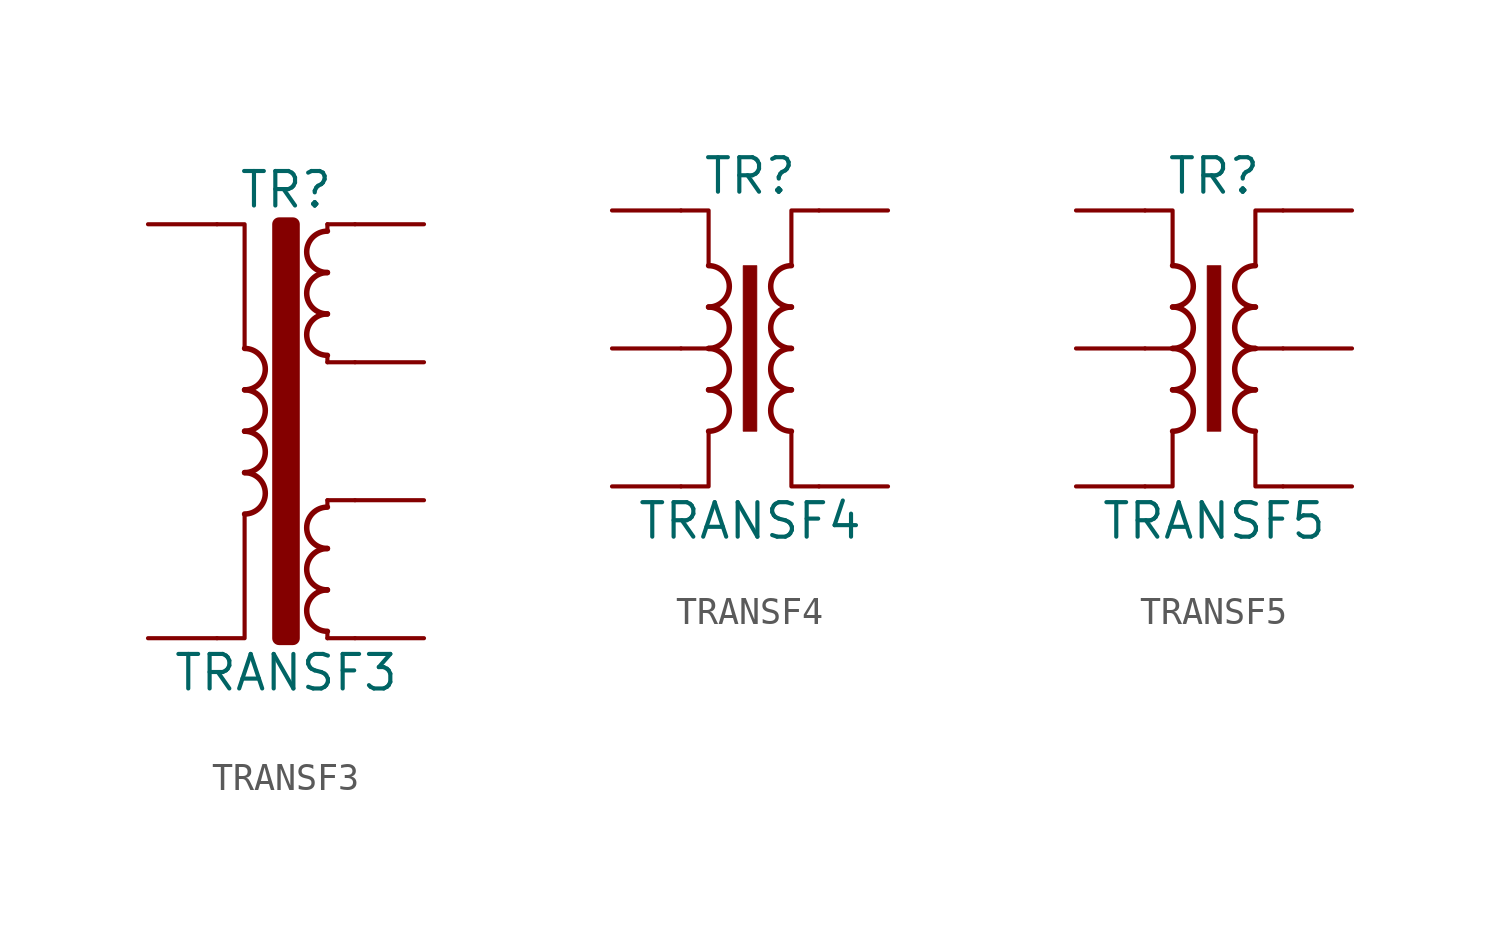
<source format=kicad_sym>
(kicad_symbol_lib
  (version 20200908)
  (generator kicad_symbol_editor)
  (symbol "Transformer:TRANSF3"
    (pin_numbers hide)
    (pin_names
      (offset 0))
    (property "Reference" "TR"
      (at 0 8.89 0)
      (effects (font (size 1.27 1.27))))
    (property "Value" "TRANSF3"
      (at 0 -8.89 0)
      (effects (font (size 1.27 1.27))))
    (symbol "TRANSF3_0_1"
      (arc (start -1.524 -3.048) (end -1.524 -1.524) (radius (at -1.524 -2.286) (length 0.762) (angles -89.9 89.9)) (stroke (width 0.2032)) (fill (type none)))
      (arc (start -1.524 -1.524) (end -1.524 0) (radius (at -1.524 -0.762) (length 0.762) (angles -89.9 89.9)) (stroke (width 0.2032)) (fill (type none)))
      (arc (start -1.524 0) (end -1.524 1.524) (radius (at -1.524 0.762) (length 0.762) (angles -89.9 89.9)) (stroke (width 0.2032)) (fill (type none)))
      (arc (start -1.524 1.524) (end -1.524 3.048) (radius (at -1.524 2.286) (length 0.762) (angles -89.9 89.9)) (stroke (width 0.2032)) (fill (type none)))
      (arc (start 1.524 -5.842) (end 1.524 -7.366) (radius (at 1.524 -6.604) (length 0.762) (angles 90.1 -90.1)) (stroke (width 0.2032)) (fill (type none)))
      (arc (start 1.524 -4.318) (end 1.524 -5.842) (radius (at 1.524 -5.08) (length 0.762) (angles 90.1 -90.1)) (stroke (width 0.2032)) (fill (type none)))
      (arc (start 1.524 -2.794) (end 1.524 -4.318) (radius (at 1.524 -3.556) (length 0.762) (angles 90.1 -90.1)) (stroke (width 0.2032)) (fill (type none)))
      (arc (start 1.524 4.318) (end 1.524 2.794) (radius (at 1.524 3.556) (length 0.762) (angles 90.1 -90.1)) (stroke (width 0.2032)) (fill (type none)))
      (arc (start 1.524 5.842) (end 1.524 4.318) (radius (at 1.524 5.08) (length 0.762) (angles 90.1 -90.1)) (stroke (width 0.2032)) (fill (type none)))
      (arc (start 1.524 7.366) (end 1.524 5.842) (radius (at 1.524 6.604) (length 0.762) (angles 90.1 -90.1)) (stroke (width 0.2032)) (fill (type none)))
      (rectangle (start -0.254 7.62) (end 0.254 -7.62) (stroke (width 0.508)) (fill (type outline)))
      (polyline (pts (xy -1.524 3.048) (xy -1.524 7.62) (xy -2.54 7.62)) (stroke (width 0)) (fill (type none)))
      (polyline (pts (xy 1.524 -7.366) (xy 1.524 -7.62) (xy 1.524 -7.62)) (stroke (width 0)) (fill (type outline)))
      (polyline (pts (xy 1.524 -2.54) (xy 1.524 -2.794) (xy 1.524 -2.794)) (stroke (width 0)) (fill (type outline)))
      (polyline (pts (xy 1.524 -2.54) (xy 2.54 -2.54) (xy 2.54 -2.54)) (stroke (width 0)) (fill (type none)))
      (polyline (pts (xy 1.524 2.54) (xy 1.524 2.794) (xy 1.524 2.794)) (stroke (width 0)) (fill (type outline)))
      (polyline (pts (xy 1.524 2.54) (xy 2.54 2.54) (xy 2.54 2.54)) (stroke (width 0)) (fill (type none)))
      (polyline (pts (xy 1.524 7.62) (xy 1.524 7.366) (xy 1.524 7.366)) (stroke (width 0)) (fill (type outline)))
      (polyline (pts (xy 1.524 7.62) (xy 2.54 7.62) (xy 2.54 7.62)) (stroke (width 0)) (fill (type none)))
      (polyline (pts (xy 2.54 -7.62) (xy 1.524 -7.62) (xy 1.524 -7.62)) (stroke (width 0)) (fill (type none)))
      (polyline (pts (xy -2.54 -7.62) (xy -1.524 -7.62) (xy -1.524 -3.048) (xy -1.524 -4.318)) (stroke (width 0)) (fill (type none))))
    (symbol "TRANSF3_1_1"
      (pin passive line (at -5.08 7.62 0) (length 2.54) (name "~" (effects (font (size 1.27 1.27)))) (number "1" (effects (font (size 1.27 1.27)))))
      (pin passive line (at -5.08 -7.62 0) (length 2.54) (name "~" (effects (font (size 1.27 1.27)))) (number "2" (effects (font (size 1.27 1.27)))))
      (pin passive line (at 5.08 7.62 180) (length 2.54) (name "~" (effects (font (size 1.27 1.27)))) (number "3" (effects (font (size 1.27 1.27)))))
      (pin passive line (at 5.08 2.54 180) (length 2.54) (name "~" (effects (font (size 1.27 1.27)))) (number "4" (effects (font (size 1.27 1.27)))))
      (pin passive line (at 5.08 -2.54 180) (length 2.54) (name "~" (effects (font (size 1.27 1.27)))) (number "5" (effects (font (size 1.27 1.27)))))
      (pin passive line (at 5.08 -7.62 180) (length 2.54) (name "~" (effects (font (size 1.27 1.27)))) (number "6" (effects (font (size 1.27 1.27)))))))
  (symbol "Transformer:TRANSF4"
    (pin_numbers hide)
    (pin_names
      (offset 0))
    (property "Reference" "TR"
      (at 0 6.35 0)
      (effects (font (size 1.27 1.27))))
    (property "Value" "TRANSF4"
      (at 0 -6.35 0)
      (effects (font (size 1.27 1.27))))
    (symbol "TRANSF4_0_1"
      (arc (start -1.524 -3.048) (end -1.524 -1.524) (radius (at -1.524 -2.286) (length 0.762) (angles -89.9 89.9)) (stroke (width 0.2032)) (fill (type none)))
      (arc (start -1.524 -1.524) (end -1.524 0) (radius (at -1.524 -0.762) (length 0.762) (angles -89.9 89.9)) (stroke (width 0.2032)) (fill (type none)))
      (arc (start -1.524 0) (end -1.524 1.524) (radius (at -1.524 0.762) (length 0.762) (angles -89.9 89.9)) (stroke (width 0.2032)) (fill (type none)))
      (arc (start -1.524 1.524) (end -1.524 3.048) (radius (at -1.524 2.286) (length 0.762) (angles -89.9 89.9)) (stroke (width 0.2032)) (fill (type none)))
      (arc (start 1.524 -1.524) (end 1.524 -3.048) (radius (at 1.524 -2.286) (length 0.762) (angles 90.1 -90.1)) (stroke (width 0.2032)) (fill (type none)))
      (arc (start 1.524 0) (end 1.524 -1.524) (radius (at 1.524 -0.762) (length 0.762) (angles 90.1 -90.1)) (stroke (width 0.2032)) (fill (type none)))
      (arc (start 1.524 1.524) (end 1.524 0) (radius (at 1.524 0.762) (length 0.762) (angles 90.1 -90.1)) (stroke (width 0.2032)) (fill (type none)))
      (arc (start 1.524 3.048) (end 1.524 1.524) (radius (at 1.524 2.286) (length 0.762) (angles 90.1 -90.1)) (stroke (width 0.2032)) (fill (type none)))
      (rectangle (start -0.254 3.048) (end 0.254 -3.048) (stroke (width 0.025)) (fill (type outline)))
      (polyline (pts (xy -1.524 0) (xy -2.54 0) (xy -2.54 0)) (stroke (width 0)) (fill (type outline)))
      (polyline (pts (xy -2.54 5.08) (xy -1.524 5.08) (xy -1.524 3.048) (xy -1.524 3.048)) (stroke (width 0.152)) (fill (type none)))
      (polyline (pts (xy -1.524 -3.048) (xy -1.524 -5.08) (xy -2.54 -5.08) (xy -2.54 -5.08)) (stroke (width 0.152)) (fill (type none)))
      (polyline (pts (xy 1.524 3.048) (xy 1.524 5.08) (xy 2.54 5.08) (xy 2.54 5.08)) (stroke (width 0.152)) (fill (type none)))
      (polyline (pts (xy 2.54 -5.08) (xy 1.524 -5.08) (xy 1.524 -3.048) (xy 1.524 -3.048)) (stroke (width 0.152)) (fill (type none))))
    (symbol "TRANSF4_1_1"
      (pin passive line (at -5.08 5.08 0) (length 2.54) (name "~" (effects (font (size 1.27 1.27)))) (number "1" (effects (font (size 1.27 1.27)))))
      (pin passive line (at -5.08 0 0) (length 2.54) (name "~" (effects (font (size 1.27 1.27)))) (number "2" (effects (font (size 1.27 1.27)))))
      (pin passive line (at -5.08 -5.08 0) (length 2.54) (name "~" (effects (font (size 1.27 1.27)))) (number "3" (effects (font (size 1.27 1.27)))))
      (pin passive line (at 5.08 -5.08 180) (length 2.54) (name "~" (effects (font (size 1.27 1.27)))) (number "4" (effects (font (size 1.27 1.27)))))
      (pin passive line (at 5.08 5.08 180) (length 2.54) (name "~" (effects (font (size 1.27 1.27)))) (number "5" (effects (font (size 1.27 1.27)))))))
  (symbol "Transformer:TRANSF5"
    (pin_numbers hide)
    (pin_names
      (offset 0))
    (property "Reference" "TR"
      (at 0 6.35 0)
      (effects (font (size 1.27 1.27))))
    (property "Value" "TRANSF5"
      (at 0 -6.35 0)
      (effects (font (size 1.27 1.27))))
    (symbol "TRANSF5_0_1"
      (arc (start -1.524 -3.048) (end -1.524 -1.524) (radius (at -1.524 -2.286) (length 0.762) (angles -89.9 89.9)) (stroke (width 0.2032)) (fill (type none)))
      (arc (start -1.524 -1.524) (end -1.524 0) (radius (at -1.524 -0.762) (length 0.762) (angles -89.9 89.9)) (stroke (width 0.2032)) (fill (type none)))
      (arc (start -1.524 0) (end -1.524 1.524) (radius (at -1.524 0.762) (length 0.762) (angles -89.9 89.9)) (stroke (width 0.2032)) (fill (type none)))
      (arc (start -1.524 1.524) (end -1.524 3.048) (radius (at -1.524 2.286) (length 0.762) (angles -89.9 89.9)) (stroke (width 0.2032)) (fill (type none)))
      (arc (start 1.524 -1.524) (end 1.524 -3.048) (radius (at 1.524 -2.286) (length 0.762) (angles 90.1 -90.1)) (stroke (width 0.2032)) (fill (type none)))
      (arc (start 1.524 0) (end 1.524 -1.524) (radius (at 1.524 -0.762) (length 0.762) (angles 90.1 -90.1)) (stroke (width 0.2032)) (fill (type none)))
      (arc (start 1.524 1.524) (end 1.524 0) (radius (at 1.524 0.762) (length 0.762) (angles 90.1 -90.1)) (stroke (width 0.2032)) (fill (type none)))
      (arc (start 1.524 3.048) (end 1.524 1.524) (radius (at 1.524 2.286) (length 0.762) (angles 90.1 -90.1)) (stroke (width 0.2032)) (fill (type none)))
      (rectangle (start -0.254 3.048) (end 0.254 -3.048) (stroke (width 0.025)) (fill (type outline)))
      (polyline (pts (xy -1.524 0) (xy -2.54 0) (xy -2.54 0)) (stroke (width 0)) (fill (type outline)))
      (polyline (pts (xy 1.524 0) (xy 2.54 0) (xy 2.54 0)) (stroke (width 0)) (fill (type outline)))
      (polyline (pts (xy -2.54 5.08) (xy -1.524 5.08) (xy -1.524 3.048) (xy -1.524 3.048)) (stroke (width 0.152)) (fill (type none)))
      (polyline (pts (xy -1.524 -3.048) (xy -1.524 -5.08) (xy -2.54 -5.08) (xy -2.54 -5.08)) (stroke (width 0.152)) (fill (type none)))
      (polyline (pts (xy 1.524 3.048) (xy 1.524 5.08) (xy 2.54 5.08) (xy 2.54 5.08)) (stroke (width 0.152)) (fill (type none)))
      (polyline (pts (xy 2.54 -5.08) (xy 1.524 -5.08) (xy 1.524 -3.048) (xy 1.524 -3.048)) (stroke (width 0.152)) (fill (type none))))
    (symbol "TRANSF5_1_1"
      (pin passive line (at -5.08 5.08 0) (length 2.54) (name "~" (effects (font (size 1.27 1.27)))) (number "1" (effects (font (size 1.27 1.27)))))
      (pin passive line (at -5.08 0 0) (length 2.54) (name "~" (effects (font (size 1.27 1.27)))) (number "2" (effects (font (size 1.27 1.27)))))
      (pin passive line (at -5.08 -5.08 0) (length 2.54) (name "~" (effects (font (size 1.27 1.27)))) (number "3" (effects (font (size 1.27 1.27)))))
      (pin passive line (at 5.08 -5.08 180) (length 2.54) (name "~" (effects (font (size 1.27 1.27)))) (number "4" (effects (font (size 1.27 1.27)))))
      (pin passive line (at 5.08 0 180) (length 2.54) (name "~" (effects (font (size 1.27 1.27)))) (number "5" (effects (font (size 1.27 1.27)))))
      (pin passive line (at 5.08 5.08 180) (length 2.54) (name "~" (effects (font (size 1.27 1.27)))) (number "6" (effects (font (size 1.27 1.27))))))))
</source>
